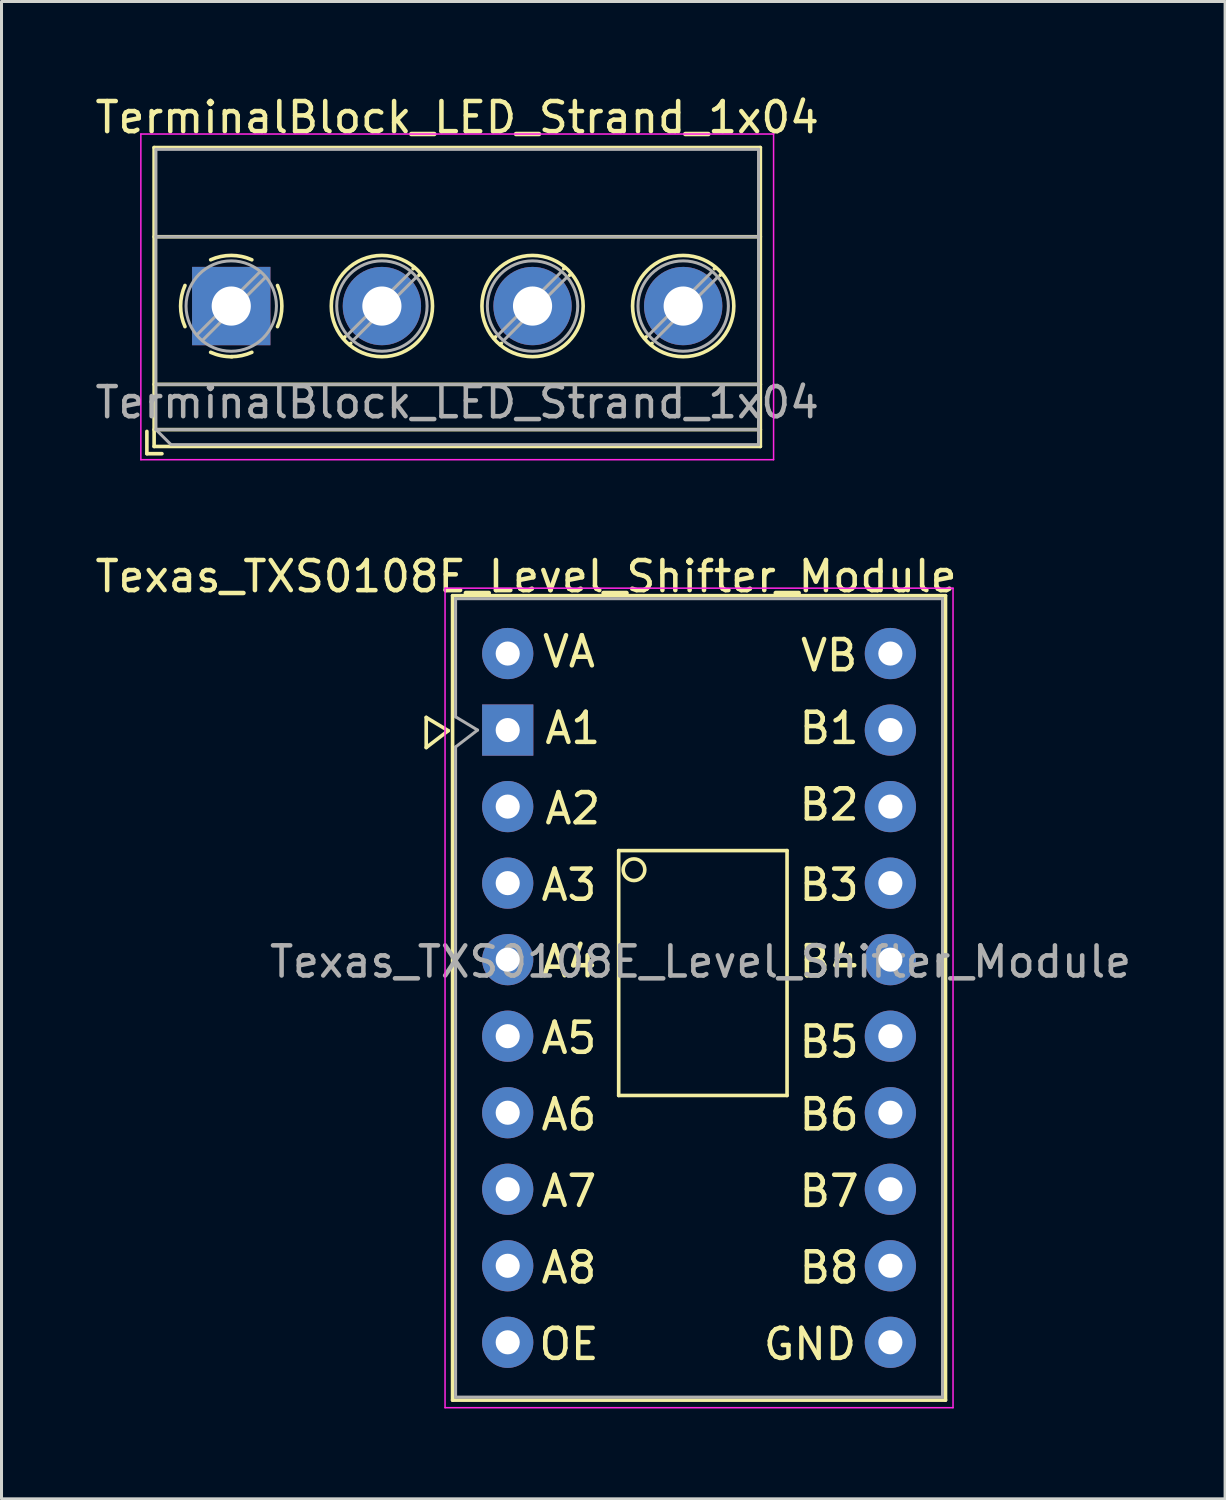
<source format=kicad_pcb>
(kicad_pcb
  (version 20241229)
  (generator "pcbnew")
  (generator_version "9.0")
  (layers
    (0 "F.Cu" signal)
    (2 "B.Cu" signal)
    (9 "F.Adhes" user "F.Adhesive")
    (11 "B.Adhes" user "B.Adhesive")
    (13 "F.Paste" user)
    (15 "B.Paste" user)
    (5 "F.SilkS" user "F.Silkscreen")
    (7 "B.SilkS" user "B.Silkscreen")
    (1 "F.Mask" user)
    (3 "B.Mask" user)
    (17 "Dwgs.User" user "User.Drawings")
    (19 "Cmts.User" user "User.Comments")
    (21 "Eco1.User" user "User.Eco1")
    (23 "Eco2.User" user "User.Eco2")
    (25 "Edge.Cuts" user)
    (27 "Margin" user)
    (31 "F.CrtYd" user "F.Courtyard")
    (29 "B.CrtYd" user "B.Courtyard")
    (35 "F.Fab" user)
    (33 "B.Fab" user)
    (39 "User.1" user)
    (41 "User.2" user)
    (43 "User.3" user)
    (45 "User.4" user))
  (footprint "TerminalBlock_LED_Strand_1x04"
    (layer "F.Cu")
    (at 4.625 7.108)
    (property "Reference" "TerminalBlock_LED_Strand_1x04" (at 7.5 -6.26 0) (layer "F.SilkS") (effects (font (size 1 1) (thickness 0.15))))
    (attr through_hole)
    (fp_line (start -2.8 4.16) (end -2.8 4.9) (stroke (width 0.12) (type solid)) (layer "F.SilkS"))
    (fp_line (start -2.8 4.9) (end -2.3 4.9) (stroke (width 0.12) (type solid)) (layer "F.SilkS"))
    (fp_line (start -2.56 -5.261) (end -2.56 4.66) (stroke (width 0.12) (type solid)) (layer "F.SilkS"))
    (fp_line (start -2.56 -5.261) (end 17.561 -5.261) (stroke (width 0.12) (type solid)) (layer "F.SilkS"))
    (fp_line (start -2.56 -2.301) (end 17.561 -2.301) (stroke (width 0.12) (type solid)) (layer "F.SilkS"))
    (fp_line (start -2.56 2.6) (end 17.561 2.6) (stroke (width 0.12) (type solid)) (layer "F.SilkS"))
    (fp_line (start -2.56 4.1) (end 17.561 4.1) (stroke (width 0.12) (type solid)) (layer "F.SilkS"))
    (fp_line (start -2.56 4.66) (end 17.561 4.66) (stroke (width 0.12) (type solid)) (layer "F.SilkS"))
    (fp_line (start 3.773 1.023) (end 3.726 1.069) (stroke (width 0.12) (type solid)) (layer "F.SilkS"))
    (fp_line (start 3.966 1.239) (end 3.931 1.274) (stroke (width 0.12) (type solid)) (layer "F.SilkS"))
    (fp_line (start 6.07 -1.275) (end 6.035 -1.239) (stroke (width 0.12) (type solid)) (layer "F.SilkS"))
    (fp_line (start 6.275 -1.069) (end 6.228 -1.023) (stroke (width 0.12) (type solid)) (layer "F.SilkS"))
    (fp_line (start 8.773 1.023) (end 8.726 1.069) (stroke (width 0.12) (type solid)) (layer "F.SilkS"))
    (fp_line (start 8.966 1.239) (end 8.931 1.274) (stroke (width 0.12) (type solid)) (layer "F.SilkS"))
    (fp_line (start 11.07 -1.275) (end 11.035 -1.239) (stroke (width 0.12) (type solid)) (layer "F.SilkS"))
    (fp_line (start 11.275 -1.069) (end 11.228 -1.023) (stroke (width 0.12) (type solid)) (layer "F.SilkS"))
    (fp_line (start 13.773 1.023) (end 13.726 1.069) (stroke (width 0.12) (type solid)) (layer "F.SilkS"))
    (fp_line (start 13.966 1.239) (end 13.931 1.274) (stroke (width 0.12) (type solid)) (layer "F.SilkS"))
    (fp_line (start 16.07 -1.275) (end 16.035 -1.239) (stroke (width 0.12) (type solid)) (layer "F.SilkS"))
    (fp_line (start 16.275 -1.069) (end 16.228 -1.023) (stroke (width 0.12) (type solid)) (layer "F.SilkS"))
    (fp_line (start 17.561 -5.261) (end 17.561 4.66) (stroke (width 0.12) (type solid)) (layer "F.SilkS"))
    (fp_arc (start -1.535427 0.683042) (mid -1.680501 -0.000524) (end -1.535 -0.684) (stroke (width 0.12) (type solid)) (layer "F.SilkS"))
    (fp_arc (start -0.683042 -1.535427) (mid 0.000524 -1.680501) (end 0.684 -1.535) (stroke (width 0.12) (type solid)) (layer "F.SilkS"))
    (fp_arc (start 0.028805 1.680253) (mid -0.335551 1.646659) (end -0.684 1.535) (stroke (width 0.12) (type solid)) (layer "F.SilkS"))
    (fp_arc (start 0.683318 1.534756) (mid 0.349292 1.643288) (end 0 1.68) (stroke (width 0.12) (type solid)) (layer "F.SilkS"))
    (fp_arc (start 1.535427 -0.683042) (mid 1.680501 0.000524) (end 1.535 0.684) (stroke (width 0.12) (type solid)) (layer "F.SilkS"))
    (fp_circle (center 5 0) (end 6.68 0) (stroke (width 0.12) (type solid)) (fill no) (layer "F.SilkS"))
    (fp_circle (center 10 0) (end 11.68 0) (stroke (width 0.12) (type solid)) (fill no) (layer "F.SilkS"))
    (fp_circle (center 15 0) (end 16.68 0) (stroke (width 0.12) (type solid)) (fill no) (layer "F.SilkS"))
    (fp_line (start -3 -5.71) (end -3 5.1) (stroke (width 0.05) (type solid)) (layer "F.CrtYd"))
    (fp_line (start -3 5.1) (end 18 5.1) (stroke (width 0.05) (type solid)) (layer "F.CrtYd"))
    (fp_line (start 18 -5.71) (end -3 -5.71) (stroke (width 0.05) (type solid)) (layer "F.CrtYd"))
    (fp_line (start 18 5.1) (end 18 -5.71) (stroke (width 0.05) (type solid)) (layer "F.CrtYd"))
    (fp_line (start -2.5 -5.2) (end 17.5 -5.2) (stroke (width 0.1) (type solid)) (layer "F.Fab"))
    (fp_line (start -2.5 -2.3) (end 17.5 -2.3) (stroke (width 0.1) (type solid)) (layer "F.Fab"))
    (fp_line (start -2.5 2.6) (end 17.5 2.6) (stroke (width 0.1) (type solid)) (layer "F.Fab"))
    (fp_line (start -2.5 4.1) (end -2.5 -5.2) (stroke (width 0.1) (type solid)) (layer "F.Fab"))
    (fp_line (start -2.5 4.1) (end 17.5 4.1) (stroke (width 0.1) (type solid)) (layer "F.Fab"))
    (fp_line (start -2 4.6) (end -2.5 4.1) (stroke (width 0.1) (type solid)) (layer "F.Fab"))
    (fp_line (start 0.955 -1.138) (end -1.138 0.955) (stroke (width 0.1) (type solid)) (layer "F.Fab"))
    (fp_line (start 1.138 -0.955) (end -0.955 1.138) (stroke (width 0.1) (type solid)) (layer "F.Fab"))
    (fp_line (start 5.955 -1.138) (end 3.863 0.955) (stroke (width 0.1) (type solid)) (layer "F.Fab"))
    (fp_line (start 6.138 -0.955) (end 4.046 1.138) (stroke (width 0.1) (type solid)) (layer "F.Fab"))
    (fp_line (start 10.955 -1.138) (end 8.863 0.955) (stroke (width 0.1) (type solid)) (layer "F.Fab"))
    (fp_line (start 11.138 -0.955) (end 9.046 1.138) (stroke (width 0.1) (type solid)) (layer "F.Fab"))
    (fp_line (start 15.955 -1.138) (end 13.863 0.955) (stroke (width 0.1) (type solid)) (layer "F.Fab"))
    (fp_line (start 16.138 -0.955) (end 14.046 1.138) (stroke (width 0.1) (type solid)) (layer "F.Fab"))
    (fp_line (start 17.5 -5.2) (end 17.5 4.6) (stroke (width 0.1) (type solid)) (layer "F.Fab"))
    (fp_line (start 17.5 4.6) (end -2 4.6) (stroke (width 0.1) (type solid)) (layer "F.Fab"))
    (fp_circle (center 0 0) (end 1.5 0) (stroke (width 0.1) (type solid)) (fill no) (layer "F.Fab"))
    (fp_circle (center 5 0) (end 6.5 0) (stroke (width 0.1) (type solid)) (fill no) (layer "F.Fab"))
    (fp_circle (center 10 0) (end 11.5 0) (stroke (width 0.1) (type solid)) (fill no) (layer "F.Fab"))
    (fp_circle (center 15 0) (end 16.5 0) (stroke (width 0.1) (type solid)) (fill no) (layer "F.Fab"))
    (fp_text user "${REFERENCE}" (at 7.5 3.2 0) (layer "F.Fab") (effects (font (size 1 1) (thickness 0.15))))
    (pad "1" thru_hole rect (at 0 0) (size 2.6 2.6) (drill 1.3) (layers "*.Cu" "*.Mask"))
    (pad "2" thru_hole circle (at 5 0) (size 2.6 2.6) (drill 1.3) (layers "*.Cu" "*.Mask"))
    (pad "3" thru_hole circle (at 10 0) (size 2.6 2.6) (drill 1.3) (layers "*.Cu" "*.Mask"))
    (pad "4" thru_hole circle (at 15 0) (size 2.6 2.6) (drill 1.3) (layers "*.Cu" "*.Mask")))
  (footprint "Texas_TXS0108E_Level_Shifter_Module"
    (layer "F.Cu")
    (at 13.801 21.181)
    (property "Reference" "Texas_TXS0108E_Level_Shifter_Module" (at 0.61 -5.1 0) (layer "F.SilkS") (effects (font (size 1 1) (thickness 0.15))))
    (attr through_hole)
    (fp_line (start -2.705 -0.42) (end -2.705 0.58) (stroke (width 0.12) (type default)) (layer "F.SilkS"))
    (fp_line (start -2.705 -0.42) (end -1.975 0.02) (stroke (width 0.12) (type default)) (layer "F.SilkS"))
    (fp_line (start -2.705 0.58) (end -1.975 0.02) (stroke (width 0.12) (type default)) (layer "F.SilkS"))
    (fp_line (start -1.83 -4.46) (end 14.53 -4.46) (stroke (width 0.12) (type solid)) (layer "F.SilkS"))
    (fp_line (start -1.83 22.24) (end -1.83 -4.46) (stroke (width 0.12) (type solid)) (layer "F.SilkS"))
    (fp_line (start 3.683 4) (end 9.271 4) (stroke (width 0.12) (type solid)) (layer "F.SilkS"))
    (fp_line (start 3.683 12.128) (end 3.683 4) (stroke (width 0.12) (type solid)) (layer "F.SilkS"))
    (fp_line (start 9.271 4) (end 9.271 12.128) (stroke (width 0.12) (type solid)) (layer "F.SilkS"))
    (fp_line (start 9.271 12.128) (end 3.683 12.128) (stroke (width 0.12) (type solid)) (layer "F.SilkS"))
    (fp_line (start 14.53 -4.46) (end 14.53 22.24) (stroke (width 0.12) (type solid)) (layer "F.SilkS"))
    (fp_line (start 14.53 22.24) (end -1.83 22.24) (stroke (width 0.12) (type solid)) (layer "F.SilkS"))
    (fp_circle (center 4.191 4.635) (end 4.55 4.635) (stroke (width 0.12) (type solid)) (fill no) (layer "F.SilkS"))
    (fp_line (start -2.08 -4.71) (end 14.78 -4.71) (stroke (width 0.05) (type solid)) (layer "F.CrtYd"))
    (fp_line (start -2.08 22.49) (end -2.08 -4.71) (stroke (width 0.05) (type solid)) (layer "F.CrtYd"))
    (fp_line (start 14.78 -4.71) (end 14.78 22.49) (stroke (width 0.05) (type solid)) (layer "F.CrtYd"))
    (fp_line (start 14.78 22.49) (end -2.08 22.49) (stroke (width 0.05) (type solid)) (layer "F.CrtYd"))
    (fp_line (start -1.73 -4.36) (end 14.43 -4.36) (stroke (width 0.1) (type default)) (layer "F.Fab"))
    (fp_line (start -1.73 -0.44) (end -1.73 -4.36) (stroke (width 0.1) (type default)) (layer "F.Fab"))
    (fp_line (start -1.73 -0.44) (end -1 0) (stroke (width 0.1) (type default)) (layer "F.Fab"))
    (fp_line (start -1.73 0.56) (end -1.73 22.14) (stroke (width 0.1) (type default)) (layer "F.Fab"))
    (fp_line (start -1.73 0.56) (end -1 0) (stroke (width 0.1) (type default)) (layer "F.Fab"))
    (fp_line (start -1.73 22.14) (end 14.43 22.14) (stroke (width 0.1) (type default)) (layer "F.Fab"))
    (fp_line (start 14.43 22.14) (end 14.43 -4.36) (stroke (width 0.1) (type default)) (layer "F.Fab"))
    (fp_text user "A8" (at 2.032 17.843 0) (layer "F.SilkS") (effects (font (size 1 1) (thickness 0.15))))
    (fp_text user "B7" (at 10.668 15.303 0) (layer "F.SilkS") (effects (font (size 1 1) (thickness 0.15))))
    (fp_text user "OE" (at 2.032 20.383 0) (layer "F.SilkS") (effects (font (size 1 1) (thickness 0.15))))
    (fp_text user "A3" (at 2.032 5.143 0) (layer "F.SilkS") (effects (font (size 1 1) (thickness 0.15))))
    (fp_text user "A6" (at 2.032 12.763 0) (layer "F.SilkS") (effects (font (size 1 1) (thickness 0.15))))
    (fp_text user "B5" (at 10.668 10.35 0) (layer "F.SilkS") (effects (font (size 1 1) (thickness 0.15))))
    (fp_text user "A2" (at 2.159 2.603 0) (layer "F.SilkS") (effects (font (size 1 1) (thickness 0.15))))
    (fp_text user "B4" (at 10.668 7.683 0) (layer "F.SilkS") (effects (font (size 1 1) (thickness 0.15))))
    (fp_text user "A4" (at 2.032 7.683 0) (layer "F.SilkS") (effects (font (size 1 1) (thickness 0.15))))
    (fp_text user "GND" (at 10.033 20.383 0) (layer "F.SilkS") (effects (font (size 1 1) (thickness 0.15))))
    (fp_text user "A5" (at 2.032 10.223 0) (layer "F.SilkS") (effects (font (size 1 1) (thickness 0.15))))
    (fp_text user "VB" (at 10.668 -2.477 0) (layer "F.SilkS") (effects (font (size 1 1) (thickness 0.15))))
    (fp_text user "B2" (at 10.668 2.476 0) (layer "F.SilkS") (effects (font (size 1 1) (thickness 0.15))))
    (fp_text user "B6" (at 10.668 12.763 0) (layer "F.SilkS") (effects (font (size 1 1) (thickness 0.15))))
    (fp_text user "B8" (at 10.668 17.843 0) (layer "F.SilkS") (effects (font (size 1 1) (thickness 0.15))))
    (fp_text user "B1" (at 10.668 -0.064 0) (layer "F.SilkS") (effects (font (size 1 1) (thickness 0.15))))
    (fp_text user "A1" (at 2.159 -0.064 0) (layer "F.SilkS") (effects (font (size 1 1) (thickness 0.15))))
    (fp_text user "VA" (at 2.032 -2.604 0) (layer "F.SilkS") (effects (font (size 1 1) (thickness 0.15))))
    (fp_text user "B3" (at 10.668 5.143 0) (layer "F.SilkS") (effects (font (size 1 1) (thickness 0.15))))
    (fp_text user "A7" (at 2.032 15.303 0) (layer "F.SilkS") (effects (font (size 1 1) (thickness 0.15))))
    (fp_text user "${REFERENCE}" (at 6.4 7.69 0) (layer "F.Fab") (effects (font (size 1 1) (thickness 0.15))))
    (pad "1" thru_hole rect (at 0 0) (size 1.7 1.7) (drill 0.8) (layers "*.Cu" "*.Mask"))
    (pad "2" thru_hole circle (at 0 -2.54) (size 1.7 1.7) (drill 0.8) (layers "*.Cu" "*.Mask"))
    (pad "3" thru_hole circle (at 0 2.54) (size 1.7 1.7) (drill 0.8) (layers "*.Cu" "*.Mask"))
    (pad "4" thru_hole circle (at 0 5.08) (size 1.7 1.7) (drill 0.8) (layers "*.Cu" "*.Mask"))
    (pad "5" thru_hole circle (at 0 7.62) (size 1.7 1.7) (drill 0.8) (layers "*.Cu" "*.Mask"))
    (pad "6" thru_hole circle (at 0 10.16) (size 1.7 1.7) (drill 0.8) (layers "*.Cu" "*.Mask"))
    (pad "7" thru_hole circle (at 0 12.7) (size 1.7 1.7) (drill 0.8) (layers "*.Cu" "*.Mask"))
    (pad "8" thru_hole circle (at 0 15.24) (size 1.7 1.7) (drill 0.8) (layers "*.Cu" "*.Mask"))
    (pad "9" thru_hole circle (at 0 17.78) (size 1.7 1.7) (drill 0.8) (layers "*.Cu" "*.Mask"))
    (pad "10" thru_hole circle (at 0 20.32) (size 1.7 1.7) (drill 0.8) (layers "*.Cu" "*.Mask"))
    (pad "11" thru_hole circle (at 12.7 20.32) (size 1.7 1.7) (drill 0.8) (layers "*.Cu" "*.Mask"))
    (pad "12" thru_hole circle (at 12.7 17.78) (size 1.7 1.7) (drill 0.8) (layers "*.Cu" "*.Mask"))
    (pad "13" thru_hole circle (at 12.7 15.24) (size 1.7 1.7) (drill 0.8) (layers "*.Cu" "*.Mask"))
    (pad "14" thru_hole circle (at 12.7 12.7) (size 1.7 1.7) (drill 0.8) (layers "*.Cu" "*.Mask"))
    (pad "15" thru_hole circle (at 12.7 10.16) (size 1.7 1.7) (drill 0.8) (layers "*.Cu" "*.Mask"))
    (pad "16" thru_hole circle (at 12.7 7.62) (size 1.7 1.7) (drill 0.8) (layers "*.Cu" "*.Mask"))
    (pad "17" thru_hole circle (at 12.7 5.08) (size 1.7 1.7) (drill 0.8) (layers "*.Cu" "*.Mask"))
    (pad "18" thru_hole circle (at 12.7 2.54) (size 1.7 1.7) (drill 0.8) (layers "*.Cu" "*.Mask"))
    (pad "19" thru_hole circle (at 12.7 -2.54) (size 1.7 1.7) (drill 0.8) (layers "*.Cu" "*.Mask"))
    (pad "20" thru_hole circle (at 12.7 0) (size 1.7 1.7) (drill 0.8) (layers "*.Cu" "*.Mask")))
  (gr_rect
    (start -3 -3)
    (end 37.611 46.697)
    (stroke (width 0.1) (type default))
    (fill no)
    (layer "Edge.Cuts")))
</source>
